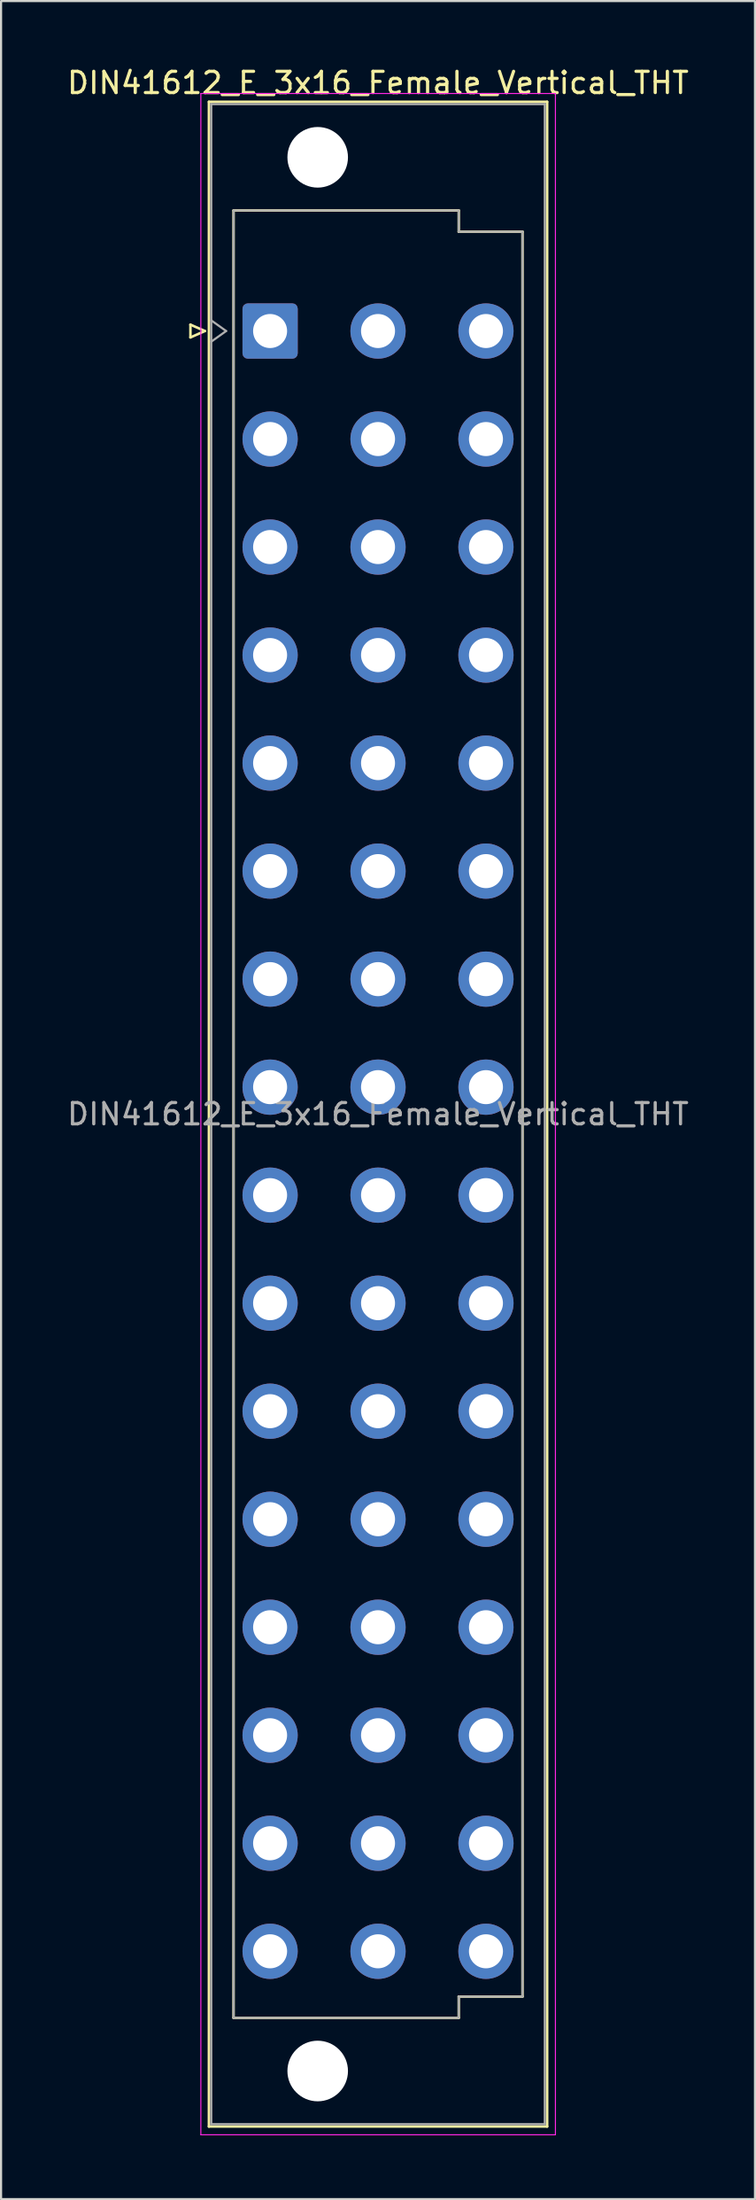
<source format=kicad_pcb>
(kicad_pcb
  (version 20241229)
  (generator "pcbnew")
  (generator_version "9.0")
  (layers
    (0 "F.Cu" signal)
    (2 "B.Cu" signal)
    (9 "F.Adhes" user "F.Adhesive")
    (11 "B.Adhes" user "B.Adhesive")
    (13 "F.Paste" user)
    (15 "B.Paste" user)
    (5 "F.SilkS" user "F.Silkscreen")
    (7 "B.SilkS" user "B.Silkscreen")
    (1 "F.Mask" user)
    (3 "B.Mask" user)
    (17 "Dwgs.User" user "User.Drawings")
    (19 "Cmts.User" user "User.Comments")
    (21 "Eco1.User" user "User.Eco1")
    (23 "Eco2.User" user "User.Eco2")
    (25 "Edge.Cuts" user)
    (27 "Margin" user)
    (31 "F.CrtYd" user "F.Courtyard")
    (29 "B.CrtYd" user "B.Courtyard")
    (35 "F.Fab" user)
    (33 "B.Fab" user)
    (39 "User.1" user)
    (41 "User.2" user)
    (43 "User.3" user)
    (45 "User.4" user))
  (footprint "DIN41612_E_3x16_Female_Vertical_THT"
    (layer "F.Cu")
    (at 9.664 9.978)
    (property "Reference" "DIN41612_E_3x16_Female_Vertical_THT" (at 5.08 -9.13 0) (layer "F.SilkS") (effects (font (size 1 1) (thickness 0.15))))
    (attr through_hole)
    (fp_line (start -3.75 2.24) (end -3.75 2.84) (stroke (width 0.12) (type solid)) (layer "F.SilkS"))
    (fp_line (start -3.75 2.84) (end -3.07 2.54) (stroke (width 0.12) (type solid)) (layer "F.SilkS"))
    (fp_line (start -3.07 2.54) (end -3.75 2.24) (stroke (width 0.12) (type solid)) (layer "F.SilkS"))
    (fp_line (start -2.88 -8.24) (end 13.04 -8.24) (stroke (width 0.12) (type solid)) (layer "F.SilkS"))
    (fp_line (start -2.88 86.98) (end -2.88 -8.24) (stroke (width 0.12) (type solid)) (layer "F.SilkS"))
    (fp_line (start -1.72 -3.13) (end 8.88 -3.13) (stroke (width 0.12) (type solid)) (layer "F.SilkS"))
    (fp_line (start -1.72 81.87) (end -1.72 -3.13) (stroke (width 0.12) (type solid)) (layer "F.SilkS"))
    (fp_line (start 8.88 -3.13) (end 8.88 -2.13) (stroke (width 0.12) (type solid)) (layer "F.SilkS"))
    (fp_line (start 8.88 -2.13) (end 11.88 -2.13) (stroke (width 0.12) (type solid)) (layer "F.SilkS"))
    (fp_line (start 8.88 80.87) (end 8.88 81.87) (stroke (width 0.12) (type solid)) (layer "F.SilkS"))
    (fp_line (start 8.88 81.87) (end -1.72 81.87) (stroke (width 0.12) (type solid)) (layer "F.SilkS"))
    (fp_line (start 11.88 -2.13) (end 11.88 80.87) (stroke (width 0.12) (type solid)) (layer "F.SilkS"))
    (fp_line (start 11.88 80.87) (end 8.88 80.87) (stroke (width 0.12) (type solid)) (layer "F.SilkS"))
    (fp_line (start 13.04 -8.24) (end 13.04 86.98) (stroke (width 0.12) (type solid)) (layer "F.SilkS"))
    (fp_line (start 13.04 86.98) (end -2.88 86.98) (stroke (width 0.12) (type solid)) (layer "F.SilkS"))
    (fp_line (start -3.26 -8.63) (end 13.43 -8.63) (stroke (width 0.05) (type solid)) (layer "F.CrtYd"))
    (fp_line (start -3.26 87.37) (end -3.26 -8.63) (stroke (width 0.05) (type solid)) (layer "F.CrtYd"))
    (fp_line (start 13.43 -8.63) (end 13.43 87.37) (stroke (width 0.05) (type solid)) (layer "F.CrtYd"))
    (fp_line (start 13.43 87.37) (end -3.26 87.37) (stroke (width 0.05) (type solid)) (layer "F.CrtYd"))
    (fp_line (start -2.77 -8.13) (end 12.93 -8.13) (stroke (width 0.1) (type solid)) (layer "F.Fab"))
    (fp_line (start -2.77 2.04) (end -2.07 2.54) (stroke (width 0.1) (type solid)) (layer "F.Fab"))
    (fp_line (start -2.77 86.87) (end -2.77 -8.13) (stroke (width 0.1) (type solid)) (layer "F.Fab"))
    (fp_line (start -2.07 2.54) (end -2.77 3.04) (stroke (width 0.1) (type solid)) (layer "F.Fab"))
    (fp_line (start -1.72 -3.13) (end 8.88 -3.13) (stroke (width 0.1) (type solid)) (layer "F.Fab"))
    (fp_line (start -1.72 81.87) (end -1.72 -3.13) (stroke (width 0.1) (type solid)) (layer "F.Fab"))
    (fp_line (start 8.88 -3.13) (end 8.88 -2.13) (stroke (width 0.1) (type solid)) (layer "F.Fab"))
    (fp_line (start 8.88 -2.13) (end 11.88 -2.13) (stroke (width 0.1) (type solid)) (layer "F.Fab"))
    (fp_line (start 8.88 80.87) (end 8.88 81.87) (stroke (width 0.1) (type solid)) (layer "F.Fab"))
    (fp_line (start 8.88 81.87) (end -1.72 81.87) (stroke (width 0.1) (type solid)) (layer "F.Fab"))
    (fp_line (start 11.88 -2.13) (end 11.88 80.87) (stroke (width 0.1) (type solid)) (layer "F.Fab"))
    (fp_line (start 11.88 80.87) (end 8.88 80.87) (stroke (width 0.1) (type solid)) (layer "F.Fab"))
    (fp_line (start 12.93 -8.13) (end 12.93 86.87) (stroke (width 0.1) (type solid)) (layer "F.Fab"))
    (fp_line (start 12.93 86.87) (end -2.77 86.87) (stroke (width 0.1) (type solid)) (layer "F.Fab"))
    (fp_text user "${REFERENCE}" (at 5.08 39.37 0) (layer "F.Fab") (effects (font (size 1 1) (thickness 0.15))))
    (pad "" np_thru_hole circle (at 2.24 -5.63) (size 2.85 2.85) (drill 2.85) (layers "*.Cu" "*.Mask"))
    (pad "" np_thru_hole circle (at 2.24 84.37) (size 2.85 2.85) (drill 2.85) (layers "*.Cu" "*.Mask"))
    (pad "a2" thru_hole roundrect (at 0 2.54) (size 2.6 2.6) (drill 1.6) (layers "*.Cu" "*.Mask") (roundrect_rratio 0.096))
    (pad "a4" thru_hole circle (at 0 7.62) (size 2.6 2.6) (drill 1.6) (layers "*.Cu" "*.Mask"))
    (pad "a6" thru_hole circle (at 0 12.7) (size 2.6 2.6) (drill 1.6) (layers "*.Cu" "*.Mask"))
    (pad "a8" thru_hole circle (at 0 17.78) (size 2.6 2.6) (drill 1.6) (layers "*.Cu" "*.Mask"))
    (pad "a10" thru_hole circle (at 0 22.86) (size 2.6 2.6) (drill 1.6) (layers "*.Cu" "*.Mask"))
    (pad "a12" thru_hole circle (at 0 27.94) (size 2.6 2.6) (drill 1.6) (layers "*.Cu" "*.Mask"))
    (pad "a14" thru_hole circle (at 0 33.02) (size 2.6 2.6) (drill 1.6) (layers "*.Cu" "*.Mask"))
    (pad "a16" thru_hole circle (at 0 38.1) (size 2.6 2.6) (drill 1.6) (layers "*.Cu" "*.Mask"))
    (pad "a18" thru_hole circle (at 0 43.18) (size 2.6 2.6) (drill 1.6) (layers "*.Cu" "*.Mask"))
    (pad "a20" thru_hole circle (at 0 48.26) (size 2.6 2.6) (drill 1.6) (layers "*.Cu" "*.Mask"))
    (pad "a22" thru_hole circle (at 0 53.34) (size 2.6 2.6) (drill 1.6) (layers "*.Cu" "*.Mask"))
    (pad "a24" thru_hole circle (at 0 58.42) (size 2.6 2.6) (drill 1.6) (layers "*.Cu" "*.Mask"))
    (pad "a26" thru_hole circle (at 0 63.5) (size 2.6 2.6) (drill 1.6) (layers "*.Cu" "*.Mask"))
    (pad "a28" thru_hole circle (at 0 68.58) (size 2.6 2.6) (drill 1.6) (layers "*.Cu" "*.Mask"))
    (pad "a30" thru_hole circle (at 0 73.66) (size 2.6 2.6) (drill 1.6) (layers "*.Cu" "*.Mask"))
    (pad "a32" thru_hole circle (at 0 78.74) (size 2.6 2.6) (drill 1.6) (layers "*.Cu" "*.Mask"))
    (pad "c2" thru_hole circle (at 5.08 2.54) (size 2.6 2.6) (drill 1.6) (layers "*.Cu" "*.Mask"))
    (pad "c4" thru_hole circle (at 5.08 7.62) (size 2.6 2.6) (drill 1.6) (layers "*.Cu" "*.Mask"))
    (pad "c6" thru_hole circle (at 5.08 12.7) (size 2.6 2.6) (drill 1.6) (layers "*.Cu" "*.Mask"))
    (pad "c8" thru_hole circle (at 5.08 17.78) (size 2.6 2.6) (drill 1.6) (layers "*.Cu" "*.Mask"))
    (pad "c10" thru_hole circle (at 5.08 22.86) (size 2.6 2.6) (drill 1.6) (layers "*.Cu" "*.Mask"))
    (pad "c12" thru_hole circle (at 5.08 27.94) (size 2.6 2.6) (drill 1.6) (layers "*.Cu" "*.Mask"))
    (pad "c14" thru_hole circle (at 5.08 33.02) (size 2.6 2.6) (drill 1.6) (layers "*.Cu" "*.Mask"))
    (pad "c16" thru_hole circle (at 5.08 38.1) (size 2.6 2.6) (drill 1.6) (layers "*.Cu" "*.Mask"))
    (pad "c18" thru_hole circle (at 5.08 43.18) (size 2.6 2.6) (drill 1.6) (layers "*.Cu" "*.Mask"))
    (pad "c20" thru_hole circle (at 5.08 48.26) (size 2.6 2.6) (drill 1.6) (layers "*.Cu" "*.Mask"))
    (pad "c22" thru_hole circle (at 5.08 53.34) (size 2.6 2.6) (drill 1.6) (layers "*.Cu" "*.Mask"))
    (pad "c24" thru_hole circle (at 5.08 58.42) (size 2.6 2.6) (drill 1.6) (layers "*.Cu" "*.Mask"))
    (pad "c26" thru_hole circle (at 5.08 63.5) (size 2.6 2.6) (drill 1.6) (layers "*.Cu" "*.Mask"))
    (pad "c28" thru_hole circle (at 5.08 68.58) (size 2.6 2.6) (drill 1.6) (layers "*.Cu" "*.Mask"))
    (pad "c30" thru_hole circle (at 5.08 73.66) (size 2.6 2.6) (drill 1.6) (layers "*.Cu" "*.Mask"))
    (pad "c32" thru_hole circle (at 5.08 78.74) (size 2.6 2.6) (drill 1.6) (layers "*.Cu" "*.Mask"))
    (pad "e2" thru_hole circle (at 10.16 2.54) (size 2.6 2.6) (drill 1.6) (layers "*.Cu" "*.Mask"))
    (pad "e4" thru_hole circle (at 10.16 7.62) (size 2.6 2.6) (drill 1.6) (layers "*.Cu" "*.Mask"))
    (pad "e6" thru_hole circle (at 10.16 12.7) (size 2.6 2.6) (drill 1.6) (layers "*.Cu" "*.Mask"))
    (pad "e8" thru_hole circle (at 10.16 17.78) (size 2.6 2.6) (drill 1.6) (layers "*.Cu" "*.Mask"))
    (pad "e10" thru_hole circle (at 10.16 22.86) (size 2.6 2.6) (drill 1.6) (layers "*.Cu" "*.Mask"))
    (pad "e12" thru_hole circle (at 10.16 27.94) (size 2.6 2.6) (drill 1.6) (layers "*.Cu" "*.Mask"))
    (pad "e14" thru_hole circle (at 10.16 33.02) (size 2.6 2.6) (drill 1.6) (layers "*.Cu" "*.Mask"))
    (pad "e16" thru_hole circle (at 10.16 38.1) (size 2.6 2.6) (drill 1.6) (layers "*.Cu" "*.Mask"))
    (pad "e18" thru_hole circle (at 10.16 43.18) (size 2.6 2.6) (drill 1.6) (layers "*.Cu" "*.Mask"))
    (pad "e20" thru_hole circle (at 10.16 48.26) (size 2.6 2.6) (drill 1.6) (layers "*.Cu" "*.Mask"))
    (pad "e22" thru_hole circle (at 10.16 53.34) (size 2.6 2.6) (drill 1.6) (layers "*.Cu" "*.Mask"))
    (pad "e24" thru_hole circle (at 10.16 58.42) (size 2.6 2.6) (drill 1.6) (layers "*.Cu" "*.Mask"))
    (pad "e26" thru_hole circle (at 10.16 63.5) (size 2.6 2.6) (drill 1.6) (layers "*.Cu" "*.Mask"))
    (pad "e28" thru_hole circle (at 10.16 68.58) (size 2.6 2.6) (drill 1.6) (layers "*.Cu" "*.Mask"))
    (pad "e30" thru_hole circle (at 10.16 73.66) (size 2.6 2.6) (drill 1.6) (layers "*.Cu" "*.Mask"))
    (pad "e32" thru_hole circle (at 10.16 78.74) (size 2.6 2.6) (drill 1.6) (layers "*.Cu" "*.Mask")))
  (gr_rect
    (start -3 -3)
    (end 32.488 100.373)
    (stroke (width 0.1) (type default))
    (fill no)
    (layer "Edge.Cuts")))
</source>
